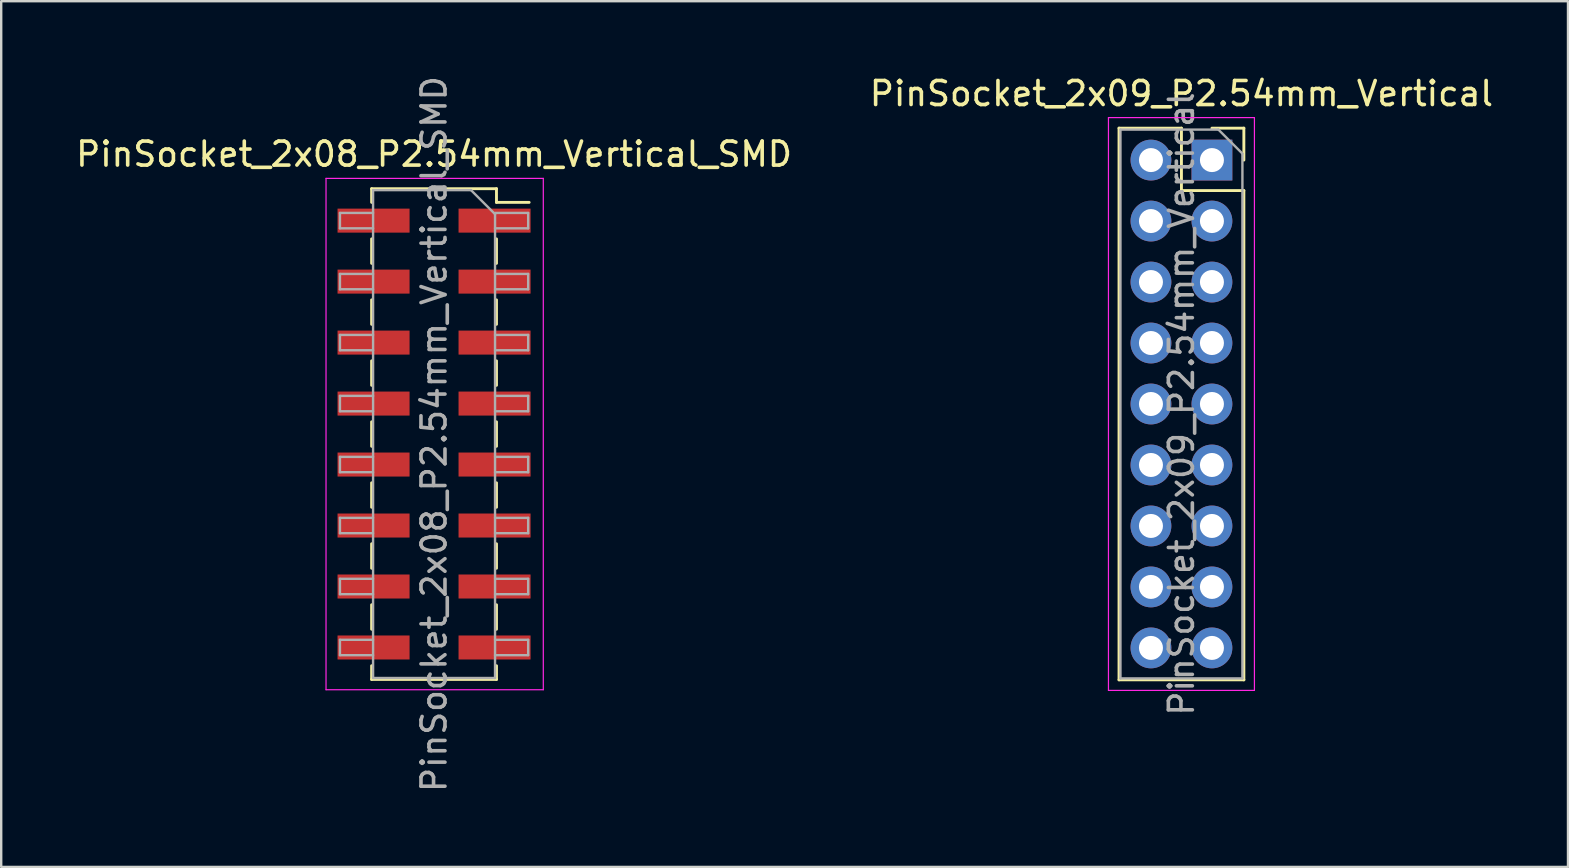
<source format=kicad_pcb>
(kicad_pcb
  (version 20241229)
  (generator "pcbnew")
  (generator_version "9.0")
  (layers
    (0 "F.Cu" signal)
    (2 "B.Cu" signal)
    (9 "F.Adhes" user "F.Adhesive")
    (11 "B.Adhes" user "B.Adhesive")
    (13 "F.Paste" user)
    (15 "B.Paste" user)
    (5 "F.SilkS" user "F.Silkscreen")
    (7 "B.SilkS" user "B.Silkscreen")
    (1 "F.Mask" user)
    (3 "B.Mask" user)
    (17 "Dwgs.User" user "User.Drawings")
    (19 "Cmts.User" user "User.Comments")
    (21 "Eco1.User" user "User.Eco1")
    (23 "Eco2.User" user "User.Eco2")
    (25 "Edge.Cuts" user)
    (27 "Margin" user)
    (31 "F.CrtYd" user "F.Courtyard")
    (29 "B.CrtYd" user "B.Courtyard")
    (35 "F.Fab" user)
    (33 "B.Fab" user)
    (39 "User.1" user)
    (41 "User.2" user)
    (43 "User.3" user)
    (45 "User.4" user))
  (footprint "PinSocket_2x08_P2.54mm_Vertical_SMD"
    (layer "F.Cu")
    (at 15.03 15.03)
    (property "Reference" "PinSocket_2x08_P2.54mm_Vertical_SMD" (at 0 -11.66 0) (layer "F.SilkS") (effects (font (size 1 1) (thickness 0.15))))
    (attr smd)
    (fp_line (start -2.6 -10.22) (end -2.6 -9.65) (stroke (width 0.12) (type solid)) (layer "F.SilkS"))
    (fp_line (start -2.6 -10.22) (end 2.6 -10.22) (stroke (width 0.12) (type solid)) (layer "F.SilkS"))
    (fp_line (start -2.6 -8.13) (end -2.6 -7.11) (stroke (width 0.12) (type solid)) (layer "F.SilkS"))
    (fp_line (start -2.6 -5.59) (end -2.6 -4.57) (stroke (width 0.12) (type solid)) (layer "F.SilkS"))
    (fp_line (start -2.6 -3.05) (end -2.6 -2.03) (stroke (width 0.12) (type solid)) (layer "F.SilkS"))
    (fp_line (start -2.6 -0.51) (end -2.6 0.51) (stroke (width 0.12) (type solid)) (layer "F.SilkS"))
    (fp_line (start -2.6 2.03) (end -2.6 3.05) (stroke (width 0.12) (type solid)) (layer "F.SilkS"))
    (fp_line (start -2.6 4.57) (end -2.6 5.59) (stroke (width 0.12) (type solid)) (layer "F.SilkS"))
    (fp_line (start -2.6 7.11) (end -2.6 8.13) (stroke (width 0.12) (type solid)) (layer "F.SilkS"))
    (fp_line (start -2.6 9.65) (end -2.6 10.22) (stroke (width 0.12) (type solid)) (layer "F.SilkS"))
    (fp_line (start -2.6 10.22) (end 2.6 10.22) (stroke (width 0.12) (type solid)) (layer "F.SilkS"))
    (fp_line (start 2.6 -10.22) (end 2.6 -9.65) (stroke (width 0.12) (type solid)) (layer "F.SilkS"))
    (fp_line (start 2.6 -9.65) (end 3.96 -9.65) (stroke (width 0.12) (type solid)) (layer "F.SilkS"))
    (fp_line (start 2.6 -8.13) (end 2.6 -7.11) (stroke (width 0.12) (type solid)) (layer "F.SilkS"))
    (fp_line (start 2.6 -5.59) (end 2.6 -4.57) (stroke (width 0.12) (type solid)) (layer "F.SilkS"))
    (fp_line (start 2.6 -3.05) (end 2.6 -2.03) (stroke (width 0.12) (type solid)) (layer "F.SilkS"))
    (fp_line (start 2.6 -0.51) (end 2.6 0.51) (stroke (width 0.12) (type solid)) (layer "F.SilkS"))
    (fp_line (start 2.6 2.03) (end 2.6 3.05) (stroke (width 0.12) (type solid)) (layer "F.SilkS"))
    (fp_line (start 2.6 4.57) (end 2.6 5.59) (stroke (width 0.12) (type solid)) (layer "F.SilkS"))
    (fp_line (start 2.6 7.11) (end 2.6 8.13) (stroke (width 0.12) (type solid)) (layer "F.SilkS"))
    (fp_line (start 2.6 9.65) (end 2.6 10.22) (stroke (width 0.12) (type solid)) (layer "F.SilkS"))
    (fp_line (start -4.5 -10.65) (end 4.55 -10.65) (stroke (width 0.05) (type solid)) (layer "F.CrtYd"))
    (fp_line (start -4.5 10.65) (end -4.5 -10.65) (stroke (width 0.05) (type solid)) (layer "F.CrtYd"))
    (fp_line (start 4.55 -10.65) (end 4.55 10.65) (stroke (width 0.05) (type solid)) (layer "F.CrtYd"))
    (fp_line (start 4.55 10.65) (end -4.5 10.65) (stroke (width 0.05) (type solid)) (layer "F.CrtYd"))
    (fp_line (start -3.92 -9.21) (end -2.54 -9.21) (stroke (width 0.1) (type solid)) (layer "F.Fab"))
    (fp_line (start -3.92 -8.57) (end -3.92 -9.21) (stroke (width 0.1) (type solid)) (layer "F.Fab"))
    (fp_line (start -3.92 -6.67) (end -2.54 -6.67) (stroke (width 0.1) (type solid)) (layer "F.Fab"))
    (fp_line (start -3.92 -6.03) (end -3.92 -6.67) (stroke (width 0.1) (type solid)) (layer "F.Fab"))
    (fp_line (start -3.92 -4.13) (end -2.54 -4.13) (stroke (width 0.1) (type solid)) (layer "F.Fab"))
    (fp_line (start -3.92 -3.49) (end -3.92 -4.13) (stroke (width 0.1) (type solid)) (layer "F.Fab"))
    (fp_line (start -3.92 -1.59) (end -2.54 -1.59) (stroke (width 0.1) (type solid)) (layer "F.Fab"))
    (fp_line (start -3.92 -0.95) (end -3.92 -1.59) (stroke (width 0.1) (type solid)) (layer "F.Fab"))
    (fp_line (start -3.92 0.95) (end -2.54 0.95) (stroke (width 0.1) (type solid)) (layer "F.Fab"))
    (fp_line (start -3.92 1.59) (end -3.92 0.95) (stroke (width 0.1) (type solid)) (layer "F.Fab"))
    (fp_line (start -3.92 3.49) (end -2.54 3.49) (stroke (width 0.1) (type solid)) (layer "F.Fab"))
    (fp_line (start -3.92 4.13) (end -3.92 3.49) (stroke (width 0.1) (type solid)) (layer "F.Fab"))
    (fp_line (start -3.92 6.03) (end -2.54 6.03) (stroke (width 0.1) (type solid)) (layer "F.Fab"))
    (fp_line (start -3.92 6.67) (end -3.92 6.03) (stroke (width 0.1) (type solid)) (layer "F.Fab"))
    (fp_line (start -3.92 8.57) (end -2.54 8.57) (stroke (width 0.1) (type solid)) (layer "F.Fab"))
    (fp_line (start -3.92 9.21) (end -3.92 8.57) (stroke (width 0.1) (type solid)) (layer "F.Fab"))
    (fp_line (start -2.54 -10.16) (end 1.54 -10.16) (stroke (width 0.1) (type solid)) (layer "F.Fab"))
    (fp_line (start -2.54 -8.57) (end -3.92 -8.57) (stroke (width 0.1) (type solid)) (layer "F.Fab"))
    (fp_line (start -2.54 -6.03) (end -3.92 -6.03) (stroke (width 0.1) (type solid)) (layer "F.Fab"))
    (fp_line (start -2.54 -3.49) (end -3.92 -3.49) (stroke (width 0.1) (type solid)) (layer "F.Fab"))
    (fp_line (start -2.54 -0.95) (end -3.92 -0.95) (stroke (width 0.1) (type solid)) (layer "F.Fab"))
    (fp_line (start -2.54 1.59) (end -3.92 1.59) (stroke (width 0.1) (type solid)) (layer "F.Fab"))
    (fp_line (start -2.54 4.13) (end -3.92 4.13) (stroke (width 0.1) (type solid)) (layer "F.Fab"))
    (fp_line (start -2.54 6.67) (end -3.92 6.67) (stroke (width 0.1) (type solid)) (layer "F.Fab"))
    (fp_line (start -2.54 9.21) (end -3.92 9.21) (stroke (width 0.1) (type solid)) (layer "F.Fab"))
    (fp_line (start -2.54 10.16) (end -2.54 -10.16) (stroke (width 0.1) (type solid)) (layer "F.Fab"))
    (fp_line (start 1.54 -10.16) (end 2.54 -9.16) (stroke (width 0.1) (type solid)) (layer "F.Fab"))
    (fp_line (start 2.54 -9.21) (end 3.92 -9.21) (stroke (width 0.1) (type solid)) (layer "F.Fab"))
    (fp_line (start 2.54 -9.16) (end 2.54 10.16) (stroke (width 0.1) (type solid)) (layer "F.Fab"))
    (fp_line (start 2.54 -6.67) (end 3.92 -6.67) (stroke (width 0.1) (type solid)) (layer "F.Fab"))
    (fp_line (start 2.54 -4.13) (end 3.92 -4.13) (stroke (width 0.1) (type solid)) (layer "F.Fab"))
    (fp_line (start 2.54 -1.59) (end 3.92 -1.59) (stroke (width 0.1) (type solid)) (layer "F.Fab"))
    (fp_line (start 2.54 0.95) (end 3.92 0.95) (stroke (width 0.1) (type solid)) (layer "F.Fab"))
    (fp_line (start 2.54 3.49) (end 3.92 3.49) (stroke (width 0.1) (type solid)) (layer "F.Fab"))
    (fp_line (start 2.54 6.03) (end 3.92 6.03) (stroke (width 0.1) (type solid)) (layer "F.Fab"))
    (fp_line (start 2.54 8.57) (end 3.92 8.57) (stroke (width 0.1) (type solid)) (layer "F.Fab"))
    (fp_line (start 2.54 10.16) (end -2.54 10.16) (stroke (width 0.1) (type solid)) (layer "F.Fab"))
    (fp_line (start 3.92 -9.21) (end 3.92 -8.57) (stroke (width 0.1) (type solid)) (layer "F.Fab"))
    (fp_line (start 3.92 -8.57) (end 2.54 -8.57) (stroke (width 0.1) (type solid)) (layer "F.Fab"))
    (fp_line (start 3.92 -6.67) (end 3.92 -6.03) (stroke (width 0.1) (type solid)) (layer "F.Fab"))
    (fp_line (start 3.92 -6.03) (end 2.54 -6.03) (stroke (width 0.1) (type solid)) (layer "F.Fab"))
    (fp_line (start 3.92 -4.13) (end 3.92 -3.49) (stroke (width 0.1) (type solid)) (layer "F.Fab"))
    (fp_line (start 3.92 -3.49) (end 2.54 -3.49) (stroke (width 0.1) (type solid)) (layer "F.Fab"))
    (fp_line (start 3.92 -1.59) (end 3.92 -0.95) (stroke (width 0.1) (type solid)) (layer "F.Fab"))
    (fp_line (start 3.92 -0.95) (end 2.54 -0.95) (stroke (width 0.1) (type solid)) (layer "F.Fab"))
    (fp_line (start 3.92 0.95) (end 3.92 1.59) (stroke (width 0.1) (type solid)) (layer "F.Fab"))
    (fp_line (start 3.92 1.59) (end 2.54 1.59) (stroke (width 0.1) (type solid)) (layer "F.Fab"))
    (fp_line (start 3.92 3.49) (end 3.92 4.13) (stroke (width 0.1) (type solid)) (layer "F.Fab"))
    (fp_line (start 3.92 4.13) (end 2.54 4.13) (stroke (width 0.1) (type solid)) (layer "F.Fab"))
    (fp_line (start 3.92 6.03) (end 3.92 6.67) (stroke (width 0.1) (type solid)) (layer "F.Fab"))
    (fp_line (start 3.92 6.67) (end 2.54 6.67) (stroke (width 0.1) (type solid)) (layer "F.Fab"))
    (fp_line (start 3.92 8.57) (end 3.92 9.21) (stroke (width 0.1) (type solid)) (layer "F.Fab"))
    (fp_line (start 3.92 9.21) (end 2.54 9.21) (stroke (width 0.1) (type solid)) (layer "F.Fab"))
    (fp_text user "${REFERENCE}" (at 0 0 90) (layer "F.Fab") (effects (font (size 1 1) (thickness 0.15))))
    (pad "1" smd rect (at 2.52 -8.89) (size 3 1) (layers "F.Cu" "F.Mask" "F.Paste"))
    (pad "2" smd rect (at -2.52 -8.89) (size 3 1) (layers "F.Cu" "F.Mask" "F.Paste"))
    (pad "3" smd rect (at 2.52 -6.35) (size 3 1) (layers "F.Cu" "F.Mask" "F.Paste"))
    (pad "4" smd rect (at -2.52 -6.35) (size 3 1) (layers "F.Cu" "F.Mask" "F.Paste"))
    (pad "5" smd rect (at 2.52 -3.81) (size 3 1) (layers "F.Cu" "F.Mask" "F.Paste"))
    (pad "6" smd rect (at -2.52 -3.81) (size 3 1) (layers "F.Cu" "F.Mask" "F.Paste"))
    (pad "7" smd rect (at 2.52 -1.27) (size 3 1) (layers "F.Cu" "F.Mask" "F.Paste"))
    (pad "8" smd rect (at -2.52 -1.27) (size 3 1) (layers "F.Cu" "F.Mask" "F.Paste"))
    (pad "9" smd rect (at 2.52 1.27) (size 3 1) (layers "F.Cu" "F.Mask" "F.Paste"))
    (pad "10" smd rect (at -2.52 1.27) (size 3 1) (layers "F.Cu" "F.Mask" "F.Paste"))
    (pad "11" smd rect (at 2.52 3.81) (size 3 1) (layers "F.Cu" "F.Mask" "F.Paste"))
    (pad "12" smd rect (at -2.52 3.81) (size 3 1) (layers "F.Cu" "F.Mask" "F.Paste"))
    (pad "13" smd rect (at 2.52 6.35) (size 3 1) (layers "F.Cu" "F.Mask" "F.Paste"))
    (pad "14" smd rect (at -2.52 6.35) (size 3 1) (layers "F.Cu" "F.Mask" "F.Paste"))
    (pad "15" smd rect (at 2.52 8.89) (size 3 1) (layers "F.Cu" "F.Mask" "F.Paste"))
    (pad "16" smd rect (at -2.52 8.89) (size 3 1) (layers "F.Cu" "F.Mask" "F.Paste")))
  (footprint "PinSocket_2x09_P2.54mm_Vertical"
    (layer "F.Cu")
    (at 47.431 3.618)
    (property "Reference" "PinSocket_2x09_P2.54mm_Vertical" (at -1.27 -2.77 0) (layer "F.SilkS") (effects (font (size 1 1) (thickness 0.15))))
    (attr through_hole)
    (fp_line (start -3.87 -1.33) (end -3.87 21.65) (stroke (width 0.12) (type solid)) (layer "F.SilkS"))
    (fp_line (start -3.87 -1.33) (end -1.27 -1.33) (stroke (width 0.12) (type solid)) (layer "F.SilkS"))
    (fp_line (start -3.87 21.65) (end 1.33 21.65) (stroke (width 0.12) (type solid)) (layer "F.SilkS"))
    (fp_line (start -1.27 -1.33) (end -1.27 1.27) (stroke (width 0.12) (type solid)) (layer "F.SilkS"))
    (fp_line (start -1.27 1.27) (end 1.33 1.27) (stroke (width 0.12) (type solid)) (layer "F.SilkS"))
    (fp_line (start 0 -1.33) (end 1.33 -1.33) (stroke (width 0.12) (type solid)) (layer "F.SilkS"))
    (fp_line (start 1.33 -1.33) (end 1.33 0) (stroke (width 0.12) (type solid)) (layer "F.SilkS"))
    (fp_line (start 1.33 1.27) (end 1.33 21.65) (stroke (width 0.12) (type solid)) (layer "F.SilkS"))
    (fp_line (start -4.31 -1.77) (end 1.77 -1.77) (stroke (width 0.05) (type solid)) (layer "F.CrtYd"))
    (fp_line (start -4.31 22.09) (end -4.31 -1.77) (stroke (width 0.05) (type solid)) (layer "F.CrtYd"))
    (fp_line (start 1.77 -1.77) (end 1.77 22.09) (stroke (width 0.05) (type solid)) (layer "F.CrtYd"))
    (fp_line (start 1.77 22.09) (end -4.31 22.09) (stroke (width 0.05) (type solid)) (layer "F.CrtYd"))
    (fp_line (start -3.81 -1.27) (end 0.27 -1.27) (stroke (width 0.1) (type solid)) (layer "F.Fab"))
    (fp_line (start -3.81 21.59) (end -3.81 -1.27) (stroke (width 0.1) (type solid)) (layer "F.Fab"))
    (fp_line (start 0.27 -1.27) (end 1.27 -0.27) (stroke (width 0.1) (type solid)) (layer "F.Fab"))
    (fp_line (start 1.27 -0.27) (end 1.27 21.59) (stroke (width 0.1) (type solid)) (layer "F.Fab"))
    (fp_line (start 1.27 21.59) (end -3.81 21.59) (stroke (width 0.1) (type solid)) (layer "F.Fab"))
    (fp_text user "${REFERENCE}" (at -1.27 10.16 90) (layer "F.Fab") (effects (font (size 1 1) (thickness 0.15))))
    (pad "1" thru_hole rect (at 0 0) (size 1.7 1.7) (drill 1) (layers "*.Cu" "*.Mask"))
    (pad "2" thru_hole circle (at -2.54 0) (size 1.7 1.7) (drill 1) (layers "*.Cu" "*.Mask"))
    (pad "3" thru_hole circle (at 0 2.54) (size 1.7 1.7) (drill 1) (layers "*.Cu" "*.Mask"))
    (pad "4" thru_hole circle (at -2.54 2.54) (size 1.7 1.7) (drill 1) (layers "*.Cu" "*.Mask"))
    (pad "5" thru_hole circle (at 0 5.08) (size 1.7 1.7) (drill 1) (layers "*.Cu" "*.Mask"))
    (pad "6" thru_hole circle (at -2.54 5.08) (size 1.7 1.7) (drill 1) (layers "*.Cu" "*.Mask"))
    (pad "7" thru_hole circle (at 0 7.62) (size 1.7 1.7) (drill 1) (layers "*.Cu" "*.Mask"))
    (pad "8" thru_hole circle (at -2.54 7.62) (size 1.7 1.7) (drill 1) (layers "*.Cu" "*.Mask"))
    (pad "9" thru_hole circle (at 0 10.16) (size 1.7 1.7) (drill 1) (layers "*.Cu" "*.Mask"))
    (pad "10" thru_hole circle (at -2.54 10.16) (size 1.7 1.7) (drill 1) (layers "*.Cu" "*.Mask"))
    (pad "11" thru_hole circle (at 0 12.7) (size 1.7 1.7) (drill 1) (layers "*.Cu" "*.Mask"))
    (pad "12" thru_hole circle (at -2.54 12.7) (size 1.7 1.7) (drill 1) (layers "*.Cu" "*.Mask"))
    (pad "13" thru_hole circle (at 0 15.24) (size 1.7 1.7) (drill 1) (layers "*.Cu" "*.Mask"))
    (pad "14" thru_hole circle (at -2.54 15.24) (size 1.7 1.7) (drill 1) (layers "*.Cu" "*.Mask"))
    (pad "15" thru_hole circle (at 0 17.78) (size 1.7 1.7) (drill 1) (layers "*.Cu" "*.Mask"))
    (pad "16" thru_hole circle (at -2.54 17.78) (size 1.7 1.7) (drill 1) (layers "*.Cu" "*.Mask"))
    (pad "17" thru_hole circle (at 0 20.32) (size 1.7 1.7) (drill 1) (layers "*.Cu" "*.Mask"))
    (pad "18" thru_hole circle (at -2.54 20.32) (size 1.7 1.7) (drill 1) (layers "*.Cu" "*.Mask")))
  (gr_rect
    (start -3 -3)
    (end 62.262 33.06)
    (stroke (width 0.1) (type default))
    (fill no)
    (layer "Edge.Cuts")))
</source>
